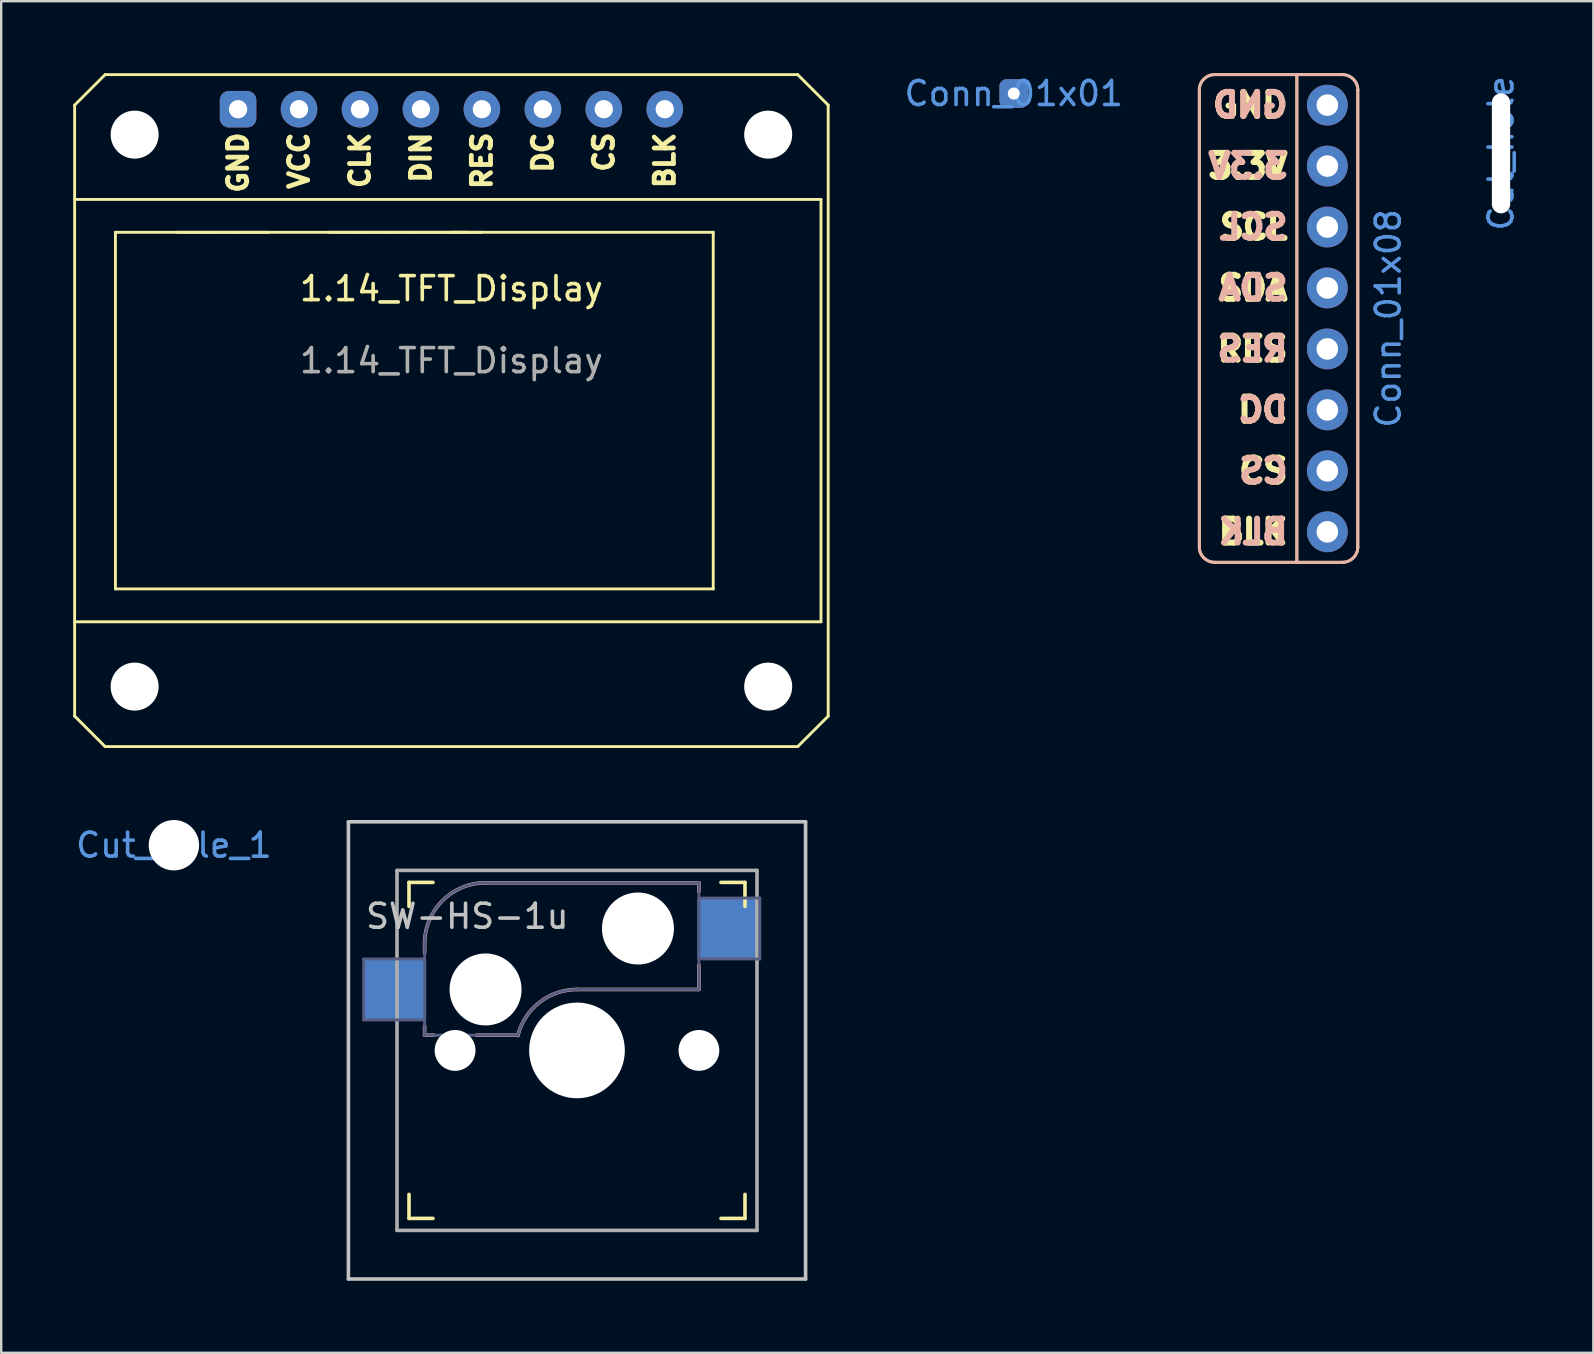
<source format=kicad_pcb>
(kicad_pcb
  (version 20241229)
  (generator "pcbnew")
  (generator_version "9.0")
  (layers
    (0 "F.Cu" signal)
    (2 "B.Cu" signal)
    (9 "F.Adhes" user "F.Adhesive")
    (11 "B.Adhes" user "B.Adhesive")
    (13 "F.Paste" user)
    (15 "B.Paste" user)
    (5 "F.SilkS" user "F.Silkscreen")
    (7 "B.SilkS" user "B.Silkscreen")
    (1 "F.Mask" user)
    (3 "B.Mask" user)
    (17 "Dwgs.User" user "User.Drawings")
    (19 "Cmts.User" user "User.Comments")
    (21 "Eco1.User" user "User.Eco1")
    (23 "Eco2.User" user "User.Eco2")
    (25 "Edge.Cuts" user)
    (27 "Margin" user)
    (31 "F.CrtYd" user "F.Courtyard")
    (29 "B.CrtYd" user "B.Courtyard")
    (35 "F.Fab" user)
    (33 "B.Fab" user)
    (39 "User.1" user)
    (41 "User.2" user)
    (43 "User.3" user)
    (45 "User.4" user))
  (footprint "Conn_01x08"
    (layer "F.Cu")
    (at 52.259 10.22)
    (property "Reference" "Conn_01x08" (at 2.54 0 90) (unlocked yes) (layer "Cmts.User") (effects (font (size 1 1) (thickness 0.15))))
    (attr through_hole)
    (fp_line (start -5.334 9.525) (end -5.334 -9.525) (stroke (width 0.12) (type solid)) (layer "F.SilkS"))
    (fp_line (start -1.27 -10.16) (end -1.27 10.16) (stroke (width 0.12) (type solid)) (layer "F.SilkS"))
    (fp_line (start 0.635 -10.16) (end -4.699 -10.16) (stroke (width 0.12) (type solid)) (layer "F.SilkS"))
    (fp_line (start 0.635 10.16) (end -4.699 10.16) (stroke (width 0.12) (type solid)) (layer "F.SilkS"))
    (fp_line (start 1.27 9.525) (end 1.27 -9.525) (stroke (width 0.12) (type solid)) (layer "F.SilkS"))
    (fp_arc (start -5.334 -9.525) (mid -5.148013 -9.974013) (end -4.699 -10.16) (stroke (width 0.12) (type solid)) (layer "F.SilkS"))
    (fp_arc (start -4.699 10.16) (mid -5.148013 9.974013) (end -5.334 9.525) (stroke (width 0.12) (type solid)) (layer "F.SilkS"))
    (fp_arc (start 0.635 -10.16) (mid 1.084013 -9.974013) (end 1.27 -9.525) (stroke (width 0.12) (type solid)) (layer "F.SilkS"))
    (fp_arc (start 1.27 9.525) (mid 1.084013 9.974013) (end 0.635 10.16) (stroke (width 0.12) (type solid)) (layer "F.SilkS"))
    (fp_line (start -5.334 9.525) (end -5.334 -9.525) (stroke (width 0.12) (type solid)) (layer "B.SilkS"))
    (fp_line (start -4.699 -10.16) (end 0.635 -10.16) (stroke (width 0.12) (type solid)) (layer "B.SilkS"))
    (fp_line (start -1.27 -10.16) (end -1.27 10.16) (stroke (width 0.12) (type solid)) (layer "B.SilkS"))
    (fp_line (start 0.635 10.16) (end -4.699 10.16) (stroke (width 0.12) (type solid)) (layer "B.SilkS"))
    (fp_line (start 1.27 -9.525) (end 1.27 9.525) (stroke (width 0.12) (type solid)) (layer "B.SilkS"))
    (fp_arc (start -5.334 -9.525) (mid -5.148013 -9.974013) (end -4.699 -10.16) (stroke (width 0.12) (type solid)) (layer "B.SilkS"))
    (fp_arc (start -4.699 10.16) (mid -5.148013 9.974013) (end -5.334 9.525) (stroke (width 0.12) (type solid)) (layer "B.SilkS"))
    (fp_arc (start 0.635 -10.16) (mid 1.084013 -9.974013) (end 1.27 -9.525) (stroke (width 0.12) (type solid)) (layer "B.SilkS"))
    (fp_arc (start 1.27 9.525) (mid 1.084013 9.974013) (end 0.635 10.16) (stroke (width 0.12) (type solid)) (layer "B.SilkS"))
    (fp_text user "DC" (at -1.524 3.81 0) (unlocked yes) (layer "F.SilkS") (effects (font (size 1 1) (thickness 0.25)) (justify right)))
    (fp_text user "3.3V" (at -1.524 -6.35 0) (unlocked yes) (layer "F.SilkS") (effects (font (size 1 1) (thickness 0.25)) (justify right)))
    (fp_text user "RES" (at -1.524 1.27 0) (unlocked yes) (layer "F.SilkS") (effects (font (size 1 1) (thickness 0.25)) (justify right)))
    (fp_text user "SDA" (at -1.524 -1.27 0) (unlocked yes) (layer "F.SilkS") (effects (font (size 1 1) (thickness 0.25)) (justify right)))
    (fp_text user "SCL" (at -1.524 -3.81 0) (unlocked yes) (layer "F.SilkS") (effects (font (size 1 1) (thickness 0.25)) (justify right)))
    (fp_text user "GND" (at -1.524 -8.89 0) (unlocked yes) (layer "F.SilkS") (effects (font (size 1 1) (thickness 0.25)) (justify right)))
    (fp_text user "CS" (at -1.524 6.35 0) (unlocked yes) (layer "F.SilkS") (effects (font (size 1 1) (thickness 0.25)) (justify right)))
    (fp_text user "BLK" (at -1.524 8.89 0) (unlocked yes) (layer "F.SilkS") (effects (font (size 1 1) (thickness 0.25)) (justify right)))
    (fp_text user "RES" (at -1.524 1.27 0) (unlocked yes) (layer "B.SilkS") (effects (font (size 1 1) (thickness 0.25)) (justify left mirror)))
    (fp_text user "DC" (at -1.524 3.81 0) (unlocked yes) (layer "B.SilkS") (effects (font (size 1 1) (thickness 0.25)) (justify left mirror)))
    (fp_text user "3.3V" (at -1.524 -6.35 0) (unlocked yes) (layer "B.SilkS") (effects (font (size 1 1) (thickness 0.25)) (justify left mirror)))
    (fp_text user "CS" (at -1.524 6.35 0) (unlocked yes) (layer "B.SilkS") (effects (font (size 1 1) (thickness 0.25)) (justify left mirror)))
    (fp_text user "GND" (at -1.524 -8.89 0) (unlocked yes) (layer "B.SilkS") (effects (font (size 1 1) (thickness 0.25)) (justify left mirror)))
    (fp_text user "SDA" (at -1.524 -1.27 0) (unlocked yes) (layer "B.SilkS") (effects (font (size 1 1) (thickness 0.25)) (justify left mirror)))
    (fp_text user "SCL" (at -1.524 -3.81 0) (unlocked yes) (layer "B.SilkS") (effects (font (size 1 1) (thickness 0.25)) (justify left mirror)))
    (fp_text user "BLK" (at -1.524 8.89 0) (unlocked yes) (layer "B.SilkS") (effects (font (size 1 1) (thickness 0.25)) (justify left mirror)))
    (pad "1" thru_hole circle (at 0 8.89) (size 1.7 1.7) (drill 0.9) (layers "*.Cu" "*.Mask"))
    (pad "2" thru_hole circle (at 0 6.35) (size 1.7 1.7) (drill 0.9) (layers "*.Cu" "*.Mask"))
    (pad "3" thru_hole circle (at 0 3.81) (size 1.7 1.7) (drill 0.9) (layers "*.Cu" "*.Mask"))
    (pad "4" thru_hole circle (at 0 1.27) (size 1.7 1.7) (drill 0.9) (layers "*.Cu" "*.Mask"))
    (pad "5" thru_hole circle (at 0 -1.27) (size 1.7 1.7) (drill 0.9) (layers "*.Cu" "*.Mask"))
    (pad "6" thru_hole circle (at 0 -3.81) (size 1.7 1.7) (drill 0.9) (layers "*.Cu" "*.Mask"))
    (pad "7" thru_hole circle (at 0 -6.35) (size 1.7 1.7) (drill 0.9) (layers "*.Cu" "*.Mask"))
    (pad "8" thru_hole circle (at 0 -8.89) (size 1.7 1.7) (drill 0.9) (layers "*.Cu" "*.Mask")))
  (footprint "Cut_hole"
    (layer "F.Cu")
    (at 59.496 3.339)
    (property "Reference" "Cut_hole" (at 0 0 90) (unlocked yes) (layer "Cmts.User") (effects (font (size 1 1) (thickness 0.15))))
    (attr through_hole)
    (pad "" np_thru_hole oval (at 0 0) (size 0.762 5) (drill oval 0.762 5) (layers "*.Cu" "*.Mask")))
  (footprint "Cut_hole_1"
    (layer "F.Cu")
    (at 4.196 32.17)
    (property "Reference" "Cut_hole_1" (at 0 0 0) (unlocked yes) (layer "Cmts.User") (effects (font (size 1 1) (thickness 0.15))))
    (attr through_hole)
    (pad "" np_thru_hole circle (at 0 0) (size 2.1 2.1) (drill 2.1) (layers "*.Cu")))
  (footprint "1.14_TFT_Display"
    (layer "F.Cu")
    (at 15.76 14.06)
    (property "Reference" "1.14_TFT_Display" (at 0 -5.08 0) (unlocked yes) (layer "F.SilkS") (effects (font (size 1 1) (thickness 0.15))))
    (attr through_hole)
    (fp_line (start -15.7 -12.73) (end -15.7 12.73) (stroke (width 0.12) (type solid)) (layer "F.SilkS"))
    (fp_line (start -15.7 12.73) (end -14.43 14) (stroke (width 0.12) (type solid)) (layer "F.SilkS"))
    (fp_line (start -14.43 -14) (end -15.7 -12.73) (stroke (width 0.12) (type solid)) (layer "F.SilkS"))
    (fp_line (start -14.43 14) (end 14.43 14) (stroke (width 0.12) (type solid)) (layer "F.SilkS"))
    (fp_line (start -14 -7.43) (end -14 7.43) (stroke (width 0.12) (type solid)) (layer "F.SilkS"))
    (fp_line (start -14 7.43) (end 10.91 7.43) (stroke (width 0.12) (type solid)) (layer "F.SilkS"))
    (fp_line (start -11.43 -7.43) (end -10.16 -7.43) (stroke (width 0.12) (type solid)) (layer "F.SilkS"))
    (fp_line (start -10.16 -7.43) (end -8.89 -7.43) (stroke (width 0.12) (type solid)) (layer "F.SilkS"))
    (fp_line (start -8.89 -7.43) (end -7.62 -7.43) (stroke (width 0.12) (type solid)) (layer "F.SilkS"))
    (fp_line (start -5.08 -7.43) (end -3.81 -7.43) (stroke (width 0.12) (type solid)) (layer "F.SilkS"))
    (fp_line (start -3.81 -7.43) (end -2.54 -7.43) (stroke (width 0.12) (type solid)) (layer "F.SilkS"))
    (fp_line (start -2.54 -7.43) (end -1.545 -7.43) (stroke (width 0.12) (type solid)) (layer "F.SilkS"))
    (fp_line (start -1.545 -7.43) (end 0 -7.43) (stroke (width 0.12) (type solid)) (layer "F.SilkS"))
    (fp_line (start 0 -7.43) (end 0.635 -7.43) (stroke (width 0.12) (type solid)) (layer "F.SilkS"))
    (fp_line (start 0 -7.43) (end 1.27 -7.43) (stroke (width 0.12) (type solid)) (layer "F.SilkS"))
    (fp_line (start 10.91 -7.43) (end -14 -7.43) (stroke (width 0.12) (type solid)) (layer "F.SilkS"))
    (fp_line (start 10.91 -7.43) (end 10.91 7.43) (stroke (width 0.12) (type solid)) (layer "F.SilkS"))
    (fp_line (start 14.43 -14) (end -14.43 -14) (stroke (width 0.12) (type solid)) (layer "F.SilkS"))
    (fp_line (start 14.43 14) (end 15.7 12.73) (stroke (width 0.12) (type solid)) (layer "F.SilkS"))
    (fp_line (start 15.4 -8.8) (end -15.7 -8.8) (stroke (width 0.12) (type solid)) (layer "F.SilkS"))
    (fp_line (start 15.4 -8.8) (end 15.4 8.8) (stroke (width 0.12) (type solid)) (layer "F.SilkS"))
    (fp_line (start 15.4 8.8) (end -15.7 8.8) (stroke (width 0.12) (type solid)) (layer "F.SilkS"))
    (fp_line (start 15.7 -12.73) (end 14.43 -14) (stroke (width 0.12) (type solid)) (layer "F.SilkS"))
    (fp_line (start 15.7 12.73) (end 15.7 -12.73) (stroke (width 0.12) (type solid)) (layer "F.SilkS"))
    (fp_text user "RES" (at 1.27 -11.684 90) (unlocked yes) (layer "F.SilkS") (effects (font (size 0.8 0.8) (thickness 0.2)) (justify right)))
    (fp_text user "BLK" (at 8.89 -11.684 90) (unlocked yes) (layer "F.SilkS") (effects (font (size 0.8 0.8) (thickness 0.2)) (justify right)))
    (fp_text user "VCC" (at -6.35 -11.684 90) (unlocked yes) (layer "F.SilkS") (effects (font (size 0.8 0.8) (thickness 0.2)) (justify right)))
    (fp_text user "CLK" (at -3.81 -11.684 90) (unlocked yes) (layer "F.SilkS") (effects (font (size 0.8 0.8) (thickness 0.2)) (justify right)))
    (fp_text user "CS" (at 6.35 -11.684 90) (unlocked yes) (layer "F.SilkS") (effects (font (size 0.8 0.8) (thickness 0.2)) (justify right)))
    (fp_text user "DIN" (at -1.27 -11.684 90) (unlocked yes) (layer "F.SilkS") (effects (font (size 0.8 0.8) (thickness 0.2)) (justify right)))
    (fp_text user "GND" (at -8.89 -11.684 90) (unlocked yes) (layer "F.SilkS") (effects (font (size 0.8 0.8) (thickness 0.2)) (justify right)))
    (fp_text user "DC" (at 3.81 -11.684 90) (unlocked yes) (layer "F.SilkS") (effects (font (size 0.8 0.8) (thickness 0.2)) (justify right)))
    (fp_text user "${REFERENCE}" (at 0 -2.08 0) (unlocked yes) (layer "F.Fab") (effects (font (size 1 1) (thickness 0.15))))
    (pad "" np_thru_hole circle (at -13.2 -11.5) (size 2 2) (drill 2) (layers "*.Cu" "*.Mask"))
    (pad "" np_thru_hole circle (at -13.2 11.5) (size 2 2) (drill 2) (layers "*.Cu" "*.Mask"))
    (pad "" np_thru_hole circle (at 13.2 -11.5) (size 2 2) (drill 2) (layers "*.Cu" "*.Mask"))
    (pad "" np_thru_hole circle (at 13.2 11.5) (size 2 2) (drill 2) (layers "*.Cu" "*.Mask"))
    (pad "1" thru_hole roundrect (at -8.89 -12.56) (size 1.524 1.524) (drill 0.762) (layers "*.Cu" "*.Mask") (roundrect_rratio 0.25))
    (pad "2" thru_hole circle (at -6.35 -12.56) (size 1.524 1.524) (drill 0.762) (layers "*.Cu" "*.Mask"))
    (pad "3" thru_hole circle (at -3.81 -12.56) (size 1.524 1.524) (drill 0.762) (layers "*.Cu" "*.Mask"))
    (pad "4" thru_hole circle (at -1.27 -12.56) (size 1.524 1.524) (drill 0.762) (layers "*.Cu" "*.Mask"))
    (pad "5" thru_hole circle (at 1.27 -12.56) (size 1.524 1.524) (drill 0.762) (layers "*.Cu" "*.Mask"))
    (pad "6" thru_hole circle (at 3.81 -12.56) (size 1.524 1.524) (drill 0.762) (layers "*.Cu" "*.Mask"))
    (pad "7" thru_hole circle (at 6.35 -12.56) (size 1.524 1.524) (drill 0.762) (layers "*.Cu" "*.Mask"))
    (pad "8" thru_hole circle (at 8.89 -12.56) (size 1.524 1.524) (drill 0.762) (layers "*.Cu" "*.Mask")))
  (footprint "SW-HS-1u"
    (layer "F.Cu")
    (at 20.993 40.72)
    (property "Reference" "SW-HS-1u" (at -4.572 -5.588 0) (layer "Dwgs.User") (effects (font (size 1 1) (thickness 0.15))))
    (attr through_hole)
    (fp_line (start -7 -6) (end -7 -7) (stroke (width 0.15) (type solid)) (layer "F.SilkS"))
    (fp_line (start -7 7) (end -7 6) (stroke (width 0.15) (type solid)) (layer "F.SilkS"))
    (fp_line (start -7 7) (end -6 7) (stroke (width 0.15) (type solid)) (layer "F.SilkS"))
    (fp_line (start -6 -7) (end -7 -7) (stroke (width 0.15) (type solid)) (layer "F.SilkS"))
    (fp_line (start 6 7) (end 7 7) (stroke (width 0.15) (type solid)) (layer "F.SilkS"))
    (fp_line (start 7 -7) (end 6 -7) (stroke (width 0.15) (type solid)) (layer "F.SilkS"))
    (fp_line (start 7 -7) (end 7 -6) (stroke (width 0.15) (type solid)) (layer "F.SilkS"))
    (fp_line (start 7 6) (end 7 7) (stroke (width 0.15) (type solid)) (layer "F.SilkS"))
    (fp_line (start -6.35 -4.445) (end -6.35 -4.064) (stroke (width 0.15) (type solid)) (layer "B.SilkS"))
    (fp_line (start -6.35 -1.016) (end -6.35 -0.635) (stroke (width 0.15) (type solid)) (layer "B.SilkS"))
    (fp_line (start -5.969 -0.635) (end -6.35 -0.635) (stroke (width 0.15) (type solid)) (layer "B.SilkS"))
    (fp_line (start -3.81 -6.985) (end 5.08 -6.985) (stroke (width 0.15) (type solid)) (layer "B.SilkS"))
    (fp_line (start -2.464 -0.635) (end -4.191 -0.635) (stroke (width 0.15) (type solid)) (layer "B.SilkS"))
    (fp_line (start 5.08 -6.985) (end 5.08 -6.604) (stroke (width 0.15) (type solid)) (layer "B.SilkS"))
    (fp_line (start 5.08 -3.556) (end 5.08 -2.54) (stroke (width 0.15) (type solid)) (layer "B.SilkS"))
    (fp_line (start 5.08 -2.54) (end 0 -2.54) (stroke (width 0.15) (type solid)) (layer "B.SilkS"))
    (fp_arc (start -6.35 -4.445) (mid -5.606051 -6.241051) (end -3.81 -6.985) (stroke (width 0.15) (type solid)) (layer "B.SilkS"))
    (fp_arc (start -2.464162 -0.61604) (mid -1.563147 -2.002042) (end 0 -2.54) (stroke (width 0.15) (type solid)) (layer "B.SilkS"))
    (fp_line (start -9.525 -9.525) (end 9.525 -9.525) (stroke (width 0.15) (type solid)) (layer "Dwgs.User"))
    (fp_line (start -9.525 9.525) (end -9.525 -9.525) (stroke (width 0.15) (type solid)) (layer "Dwgs.User"))
    (fp_line (start 9.525 -9.525) (end 9.525 9.525) (stroke (width 0.15) (type solid)) (layer "Dwgs.User"))
    (fp_line (start 9.525 9.525) (end -9.525 9.525) (stroke (width 0.15) (type solid)) (layer "Dwgs.User"))
    (fp_line (start -8.89 -3.81) (end -6.35 -3.81) (stroke (width 0.12) (type solid)) (layer "B.Fab"))
    (fp_line (start -8.89 -1.27) (end -8.89 -3.81) (stroke (width 0.12) (type solid)) (layer "B.Fab"))
    (fp_line (start -6.35 -1.27) (end -8.89 -1.27) (stroke (width 0.12) (type solid)) (layer "B.Fab"))
    (fp_line (start -6.35 -0.635) (end -6.35 -4.445) (stroke (width 0.12) (type solid)) (layer "B.Fab"))
    (fp_line (start -6.35 -0.635) (end -2.54 -0.635) (stroke (width 0.12) (type solid)) (layer "B.Fab"))
    (fp_line (start -3.81 -6.985) (end 5.08 -6.985) (stroke (width 0.12) (type solid)) (layer "B.Fab"))
    (fp_line (start 5.08 -6.985) (end 5.08 -2.54) (stroke (width 0.12) (type solid)) (layer "B.Fab"))
    (fp_line (start 5.08 -6.35) (end 7.62 -6.35) (stroke (width 0.12) (type solid)) (layer "B.Fab"))
    (fp_line (start 5.08 -2.54) (end 0 -2.54) (stroke (width 0.12) (type solid)) (layer "B.Fab"))
    (fp_line (start 7.62 -6.35) (end 7.62 -3.81) (stroke (width 0.12) (type solid)) (layer "B.Fab"))
    (fp_line (start 7.62 -3.81) (end 5.08 -3.81) (stroke (width 0.12) (type solid)) (layer "B.Fab"))
    (fp_arc (start -6.35 -4.445) (mid -5.606051 -6.241051) (end -3.81 -6.985) (stroke (width 0.12) (type solid)) (layer "B.Fab"))
    (fp_arc (start -2.464162 -0.61604) (mid -1.563147 -2.002042) (end 0 -2.54) (stroke (width 0.12) (type solid)) (layer "B.Fab"))
    (fp_line (start -7.5 -7.5) (end 7.5 -7.5) (stroke (width 0.15) (type solid)) (layer "F.Fab"))
    (fp_line (start -7.5 7.5) (end -7.5 -7.5) (stroke (width 0.15) (type solid)) (layer "F.Fab"))
    (fp_line (start 7.5 -7.5) (end 7.5 7.5) (stroke (width 0.15) (type solid)) (layer "F.Fab"))
    (fp_line (start 7.5 7.5) (end -7.5 7.5) (stroke (width 0.15) (type solid)) (layer "F.Fab"))
    (pad "" np_thru_hole circle (at -5.08 0) (size 1.702 1.702) (drill 1.702) (layers "*.Cu" "*.Mask"))
    (pad "" np_thru_hole circle (at -3.81 -2.54) (size 3 3) (drill 3) (layers "*.Cu" "*.Mask"))
    (pad "" np_thru_hole circle (at 0 0) (size 3.988 3.988) (drill 3.988) (layers "*.Cu" "*.Mask"))
    (pad "" np_thru_hole circle (at 2.54 -5.08) (size 3 3) (drill 3) (layers "*.Cu" "*.Mask"))
    (pad "" np_thru_hole circle (at 5.08 0) (size 1.7 1.7) (drill 1.7) (layers "*.Cu" "*.Mask"))
    (pad "1" smd rect (at -7.56 -2.54) (size 2.55 2.5) (layers "B.Cu" "B.Mask" "B.Paste"))
    (pad "2" smd rect (at 6.29 -5.08) (size 2.55 2.5) (layers "B.Cu" "B.Mask" "B.Paste")))
  (footprint "Conn_01x01"
    (layer "F.Cu")
    (at 39.193 0.848)
    (property "Reference" "Conn_01x01" (at 0 0 0) (unlocked yes) (layer "Cmts.User") (effects (font (size 1 1) (thickness 0.15))))
    (attr through_hole)
    (pad "1" thru_hole roundrect (at 0 0 180) (size 1.2 1.2) (drill 0.5) (layers "*.Cu" "*.Mask") (roundrect_rratio 0.25)))
  (gr_rect
    (start -3 -3)
    (end 63.344 53.32)
    (stroke (width 0.1) (type default))
    (fill no)
    (layer "Edge.Cuts")))
</source>
